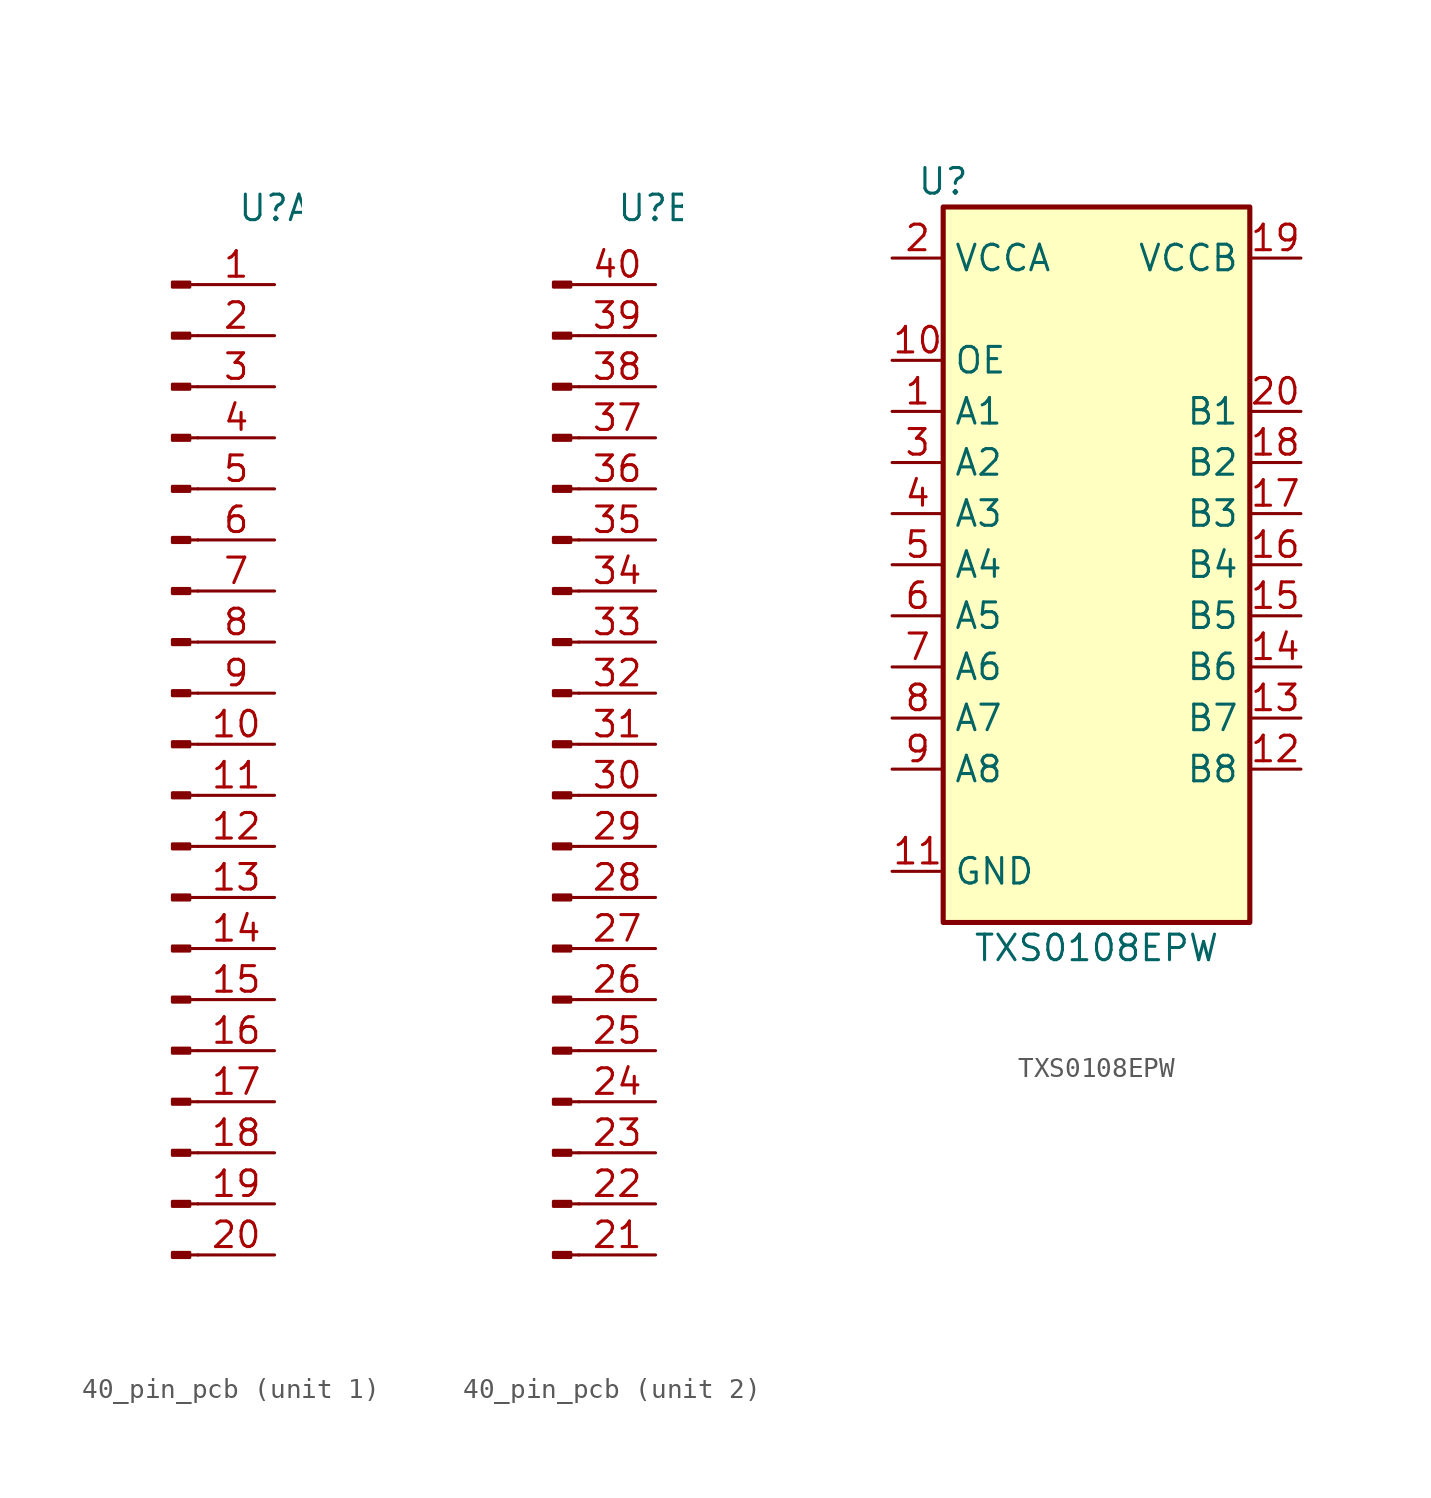
<source format=kicad_sym>
(kicad_symbol_lib
  (version 20220914)
  (generator kicad_symbol_editor)
  (symbol "40_pin_pcb"
    (property "Reference" "U"
      (at 0 3.81 0)
      (effects (font (size 1.27 1.27))))
    (property "Value" ""
      (at 0 0 0)
      (effects (font (size 1.27 1.27))))
    (property "ki_locked" ""
      (at 0 0 0)
      (effects (font (size 1.27 1.27))))
    (symbol "40_pin_pcb_1_1"
      (rectangle (start -4.216 -48.133) (end -5.08 -48.387) (stroke (width 0.152) (type default)) (fill (type outline)))
      (rectangle (start -4.216 -45.593) (end -5.08 -45.847) (stroke (width 0.152) (type default)) (fill (type outline)))
      (rectangle (start -4.216 -43.053) (end -5.08 -43.307) (stroke (width 0.152) (type default)) (fill (type outline)))
      (rectangle (start -4.216 -40.513) (end -5.08 -40.767) (stroke (width 0.152) (type default)) (fill (type outline)))
      (rectangle (start -4.216 -37.973) (end -5.08 -38.227) (stroke (width 0.152) (type default)) (fill (type outline)))
      (rectangle (start -4.216 -35.433) (end -5.08 -35.687) (stroke (width 0.152) (type default)) (fill (type outline)))
      (rectangle (start -4.216 -32.893) (end -5.08 -33.147) (stroke (width 0.152) (type default)) (fill (type outline)))
      (rectangle (start -4.216 -30.353) (end -5.08 -30.607) (stroke (width 0.152) (type default)) (fill (type outline)))
      (rectangle (start -4.216 -27.813) (end -5.08 -28.067) (stroke (width 0.152) (type default)) (fill (type outline)))
      (rectangle (start -4.216 -25.273) (end -5.08 -25.527) (stroke (width 0.152) (type default)) (fill (type outline)))
      (rectangle (start -4.216 -22.733) (end -5.08 -22.987) (stroke (width 0.152) (type default)) (fill (type outline)))
      (rectangle (start -4.216 -20.193) (end -5.08 -20.447) (stroke (width 0.152) (type default)) (fill (type outline)))
      (rectangle (start -4.216 -17.653) (end -5.08 -17.907) (stroke (width 0.152) (type default)) (fill (type outline)))
      (rectangle (start -4.216 -15.113) (end -5.08 -15.367) (stroke (width 0.152) (type default)) (fill (type outline)))
      (rectangle (start -4.216 -12.573) (end -5.08 -12.827) (stroke (width 0.152) (type default)) (fill (type outline)))
      (rectangle (start -4.216 -10.033) (end -5.08 -10.287) (stroke (width 0.152) (type default)) (fill (type outline)))
      (rectangle (start -4.216 -7.493) (end -5.08 -7.747) (stroke (width 0.152) (type default)) (fill (type outline)))
      (rectangle (start -4.216 -4.953) (end -5.08 -5.207) (stroke (width 0.152) (type default)) (fill (type outline)))
      (rectangle (start -4.216 -2.413) (end -5.08 -2.667) (stroke (width 0.152) (type default)) (fill (type outline)))
      (rectangle (start -4.216 0.127) (end -5.08 -0.127) (stroke (width 0.152) (type default)) (fill (type outline)))
      (polyline (pts (xy -3.81 -48.26) (xy -4.216 -48.26)) (stroke (width 0.152) (type default)) (fill (type none)))
      (polyline (pts (xy -3.81 -45.72) (xy -4.216 -45.72)) (stroke (width 0.152) (type default)) (fill (type none)))
      (polyline (pts (xy -3.81 -43.18) (xy -4.216 -43.18)) (stroke (width 0.152) (type default)) (fill (type none)))
      (polyline (pts (xy -3.81 -40.64) (xy -4.216 -40.64)) (stroke (width 0.152) (type default)) (fill (type none)))
      (polyline (pts (xy -3.81 -38.1) (xy -4.216 -38.1)) (stroke (width 0.152) (type default)) (fill (type none)))
      (polyline (pts (xy -3.81 -35.56) (xy -4.216 -35.56)) (stroke (width 0.152) (type default)) (fill (type none)))
      (polyline (pts (xy -3.81 -33.02) (xy -4.216 -33.02)) (stroke (width 0.152) (type default)) (fill (type none)))
      (polyline (pts (xy -3.81 -30.48) (xy -4.216 -30.48)) (stroke (width 0.152) (type default)) (fill (type none)))
      (polyline (pts (xy -3.81 -27.94) (xy -4.216 -27.94)) (stroke (width 0.152) (type default)) (fill (type none)))
      (polyline (pts (xy -3.81 -25.4) (xy -4.216 -25.4)) (stroke (width 0.152) (type default)) (fill (type none)))
      (polyline (pts (xy -3.81 -22.86) (xy -4.216 -22.86)) (stroke (width 0.152) (type default)) (fill (type none)))
      (polyline (pts (xy -3.81 -20.32) (xy -4.216 -20.32)) (stroke (width 0.152) (type default)) (fill (type none)))
      (polyline (pts (xy -3.81 -17.78) (xy -4.216 -17.78)) (stroke (width 0.152) (type default)) (fill (type none)))
      (polyline (pts (xy -3.81 -15.24) (xy -4.216 -15.24)) (stroke (width 0.152) (type default)) (fill (type none)))
      (polyline (pts (xy -3.81 -12.7) (xy -4.216 -12.7)) (stroke (width 0.152) (type default)) (fill (type none)))
      (polyline (pts (xy -3.81 -10.16) (xy -4.216 -10.16)) (stroke (width 0.152) (type default)) (fill (type none)))
      (polyline (pts (xy -3.81 -7.62) (xy -4.216 -7.62)) (stroke (width 0.152) (type default)) (fill (type none)))
      (polyline (pts (xy -3.81 -5.08) (xy -4.216 -5.08)) (stroke (width 0.152) (type default)) (fill (type none)))
      (polyline (pts (xy -3.81 -2.54) (xy -4.216 -2.54)) (stroke (width 0.152) (type default)) (fill (type none)))
      (polyline (pts (xy -3.81 0) (xy -4.216 0)) (stroke (width 0.152) (type default)) (fill (type none)))
      (pin passive line (at 0 0 180) (length 3.81) (name "" (effects (font (size 1.27 1.27)))) (number "1" (effects (font (size 1.27 1.27)))))
      (pin passive line (at 0 -22.86 180) (length 3.81) (name "" (effects (font (size 1.27 1.27)))) (number "10" (effects (font (size 1.27 1.27)))))
      (pin passive line (at 0 -25.4 180) (length 3.81) (name "" (effects (font (size 1.27 1.27)))) (number "11" (effects (font (size 1.27 1.27)))))
      (pin passive line (at 0 -27.94 180) (length 3.81) (name "" (effects (font (size 1.27 1.27)))) (number "12" (effects (font (size 1.27 1.27)))))
      (pin passive line (at 0 -30.48 180) (length 3.81) (name "" (effects (font (size 1.27 1.27)))) (number "13" (effects (font (size 1.27 1.27)))))
      (pin passive line (at 0 -33.02 180) (length 3.81) (name "" (effects (font (size 1.27 1.27)))) (number "14" (effects (font (size 1.27 1.27)))))
      (pin passive line (at 0 -35.56 180) (length 3.81) (name "" (effects (font (size 1.27 1.27)))) (number "15" (effects (font (size 1.27 1.27)))))
      (pin passive line (at 0 -38.1 180) (length 3.81) (name "" (effects (font (size 1.27 1.27)))) (number "16" (effects (font (size 1.27 1.27)))))
      (pin passive line (at 0 -40.64 180) (length 3.81) (name "" (effects (font (size 1.27 1.27)))) (number "17" (effects (font (size 1.27 1.27)))))
      (pin passive line (at 0 -43.18 180) (length 3.81) (name "" (effects (font (size 1.27 1.27)))) (number "18" (effects (font (size 1.27 1.27)))))
      (pin passive line (at 0 -45.72 180) (length 3.81) (name "" (effects (font (size 1.27 1.27)))) (number "19" (effects (font (size 1.27 1.27)))))
      (pin passive line (at 0 -2.54 180) (length 3.81) (name "" (effects (font (size 1.27 1.27)))) (number "2" (effects (font (size 1.27 1.27)))))
      (pin passive line (at 0 -48.26 180) (length 3.81) (name "" (effects (font (size 1.27 1.27)))) (number "20" (effects (font (size 1.27 1.27)))))
      (pin passive line (at 0 -5.08 180) (length 3.81) (name "" (effects (font (size 1.27 1.27)))) (number "3" (effects (font (size 1.27 1.27)))))
      (pin passive line (at 0 -7.62 180) (length 3.81) (name "" (effects (font (size 1.27 1.27)))) (number "4" (effects (font (size 1.27 1.27)))))
      (pin passive line (at 0 -10.16 180) (length 3.81) (name "" (effects (font (size 1.27 1.27)))) (number "5" (effects (font (size 1.27 1.27)))))
      (pin passive line (at 0 -12.7 180) (length 3.81) (name "" (effects (font (size 1.27 1.27)))) (number "6" (effects (font (size 1.27 1.27)))))
      (pin passive line (at 0 -15.24 180) (length 3.81) (name "" (effects (font (size 1.27 1.27)))) (number "7" (effects (font (size 1.27 1.27)))))
      (pin passive line (at 0 -17.78 180) (length 3.81) (name "" (effects (font (size 1.27 1.27)))) (number "8" (effects (font (size 1.27 1.27)))))
      (pin passive line (at 0 -20.32 180) (length 3.81) (name "" (effects (font (size 1.27 1.27)))) (number "9" (effects (font (size 1.27 1.27))))))
    (symbol "40_pin_pcb_2_1"
      (rectangle (start -5.08 -48.133) (end -4.216 -48.387) (stroke (width 0.152) (type default)) (fill (type outline)))
      (rectangle (start -5.08 -45.593) (end -4.216 -45.847) (stroke (width 0.152) (type default)) (fill (type outline)))
      (rectangle (start -5.08 -43.053) (end -4.216 -43.307) (stroke (width 0.152) (type default)) (fill (type outline)))
      (rectangle (start -5.08 -40.513) (end -4.216 -40.767) (stroke (width 0.152) (type default)) (fill (type outline)))
      (rectangle (start -5.08 -37.973) (end -4.216 -38.227) (stroke (width 0.152) (type default)) (fill (type outline)))
      (rectangle (start -5.08 -35.433) (end -4.216 -35.687) (stroke (width 0.152) (type default)) (fill (type outline)))
      (rectangle (start -5.08 -32.893) (end -4.216 -33.147) (stroke (width 0.152) (type default)) (fill (type outline)))
      (rectangle (start -5.08 -30.353) (end -4.216 -30.607) (stroke (width 0.152) (type default)) (fill (type outline)))
      (rectangle (start -5.08 -27.813) (end -4.216 -28.067) (stroke (width 0.152) (type default)) (fill (type outline)))
      (rectangle (start -5.08 -25.273) (end -4.216 -25.527) (stroke (width 0.152) (type default)) (fill (type outline)))
      (rectangle (start -5.08 -22.733) (end -4.216 -22.987) (stroke (width 0.152) (type default)) (fill (type outline)))
      (rectangle (start -5.08 -20.193) (end -4.216 -20.447) (stroke (width 0.152) (type default)) (fill (type outline)))
      (rectangle (start -5.08 -17.653) (end -4.216 -17.907) (stroke (width 0.152) (type default)) (fill (type outline)))
      (rectangle (start -5.08 -15.113) (end -4.216 -15.367) (stroke (width 0.152) (type default)) (fill (type outline)))
      (rectangle (start -5.08 -12.573) (end -4.216 -12.827) (stroke (width 0.152) (type default)) (fill (type outline)))
      (rectangle (start -5.08 -10.033) (end -4.216 -10.287) (stroke (width 0.152) (type default)) (fill (type outline)))
      (rectangle (start -5.08 -7.493) (end -4.216 -7.747) (stroke (width 0.152) (type default)) (fill (type outline)))
      (rectangle (start -5.08 -4.953) (end -4.216 -5.207) (stroke (width 0.152) (type default)) (fill (type outline)))
      (rectangle (start -5.08 -2.413) (end -4.216 -2.667) (stroke (width 0.152) (type default)) (fill (type outline)))
      (rectangle (start -5.08 0.127) (end -4.216 -0.127) (stroke (width 0.152) (type default)) (fill (type outline)))
      (polyline (pts (xy -3.81 -48.26) (xy -4.216 -48.26)) (stroke (width 0.152) (type default)) (fill (type none)))
      (polyline (pts (xy -3.81 -45.72) (xy -4.216 -45.72)) (stroke (width 0.152) (type default)) (fill (type none)))
      (polyline (pts (xy -3.81 -43.18) (xy -4.216 -43.18)) (stroke (width 0.152) (type default)) (fill (type none)))
      (polyline (pts (xy -3.81 -40.64) (xy -4.216 -40.64)) (stroke (width 0.152) (type default)) (fill (type none)))
      (polyline (pts (xy -3.81 -38.1) (xy -4.216 -38.1)) (stroke (width 0.152) (type default)) (fill (type none)))
      (polyline (pts (xy -3.81 -35.56) (xy -4.216 -35.56)) (stroke (width 0.152) (type default)) (fill (type none)))
      (polyline (pts (xy -3.81 -33.02) (xy -4.216 -33.02)) (stroke (width 0.152) (type default)) (fill (type none)))
      (polyline (pts (xy -3.81 -30.48) (xy -4.216 -30.48)) (stroke (width 0.152) (type default)) (fill (type none)))
      (polyline (pts (xy -3.81 -27.94) (xy -4.216 -27.94)) (stroke (width 0.152) (type default)) (fill (type none)))
      (polyline (pts (xy -3.81 -25.4) (xy -4.216 -25.4)) (stroke (width 0.152) (type default)) (fill (type none)))
      (polyline (pts (xy -3.81 -22.86) (xy -4.216 -22.86)) (stroke (width 0.152) (type default)) (fill (type none)))
      (polyline (pts (xy -3.81 -20.32) (xy -4.216 -20.32)) (stroke (width 0.152) (type default)) (fill (type none)))
      (polyline (pts (xy -3.81 -17.78) (xy -4.216 -17.78)) (stroke (width 0.152) (type default)) (fill (type none)))
      (polyline (pts (xy -3.81 -15.24) (xy -4.216 -15.24)) (stroke (width 0.152) (type default)) (fill (type none)))
      (polyline (pts (xy -3.81 -12.7) (xy -4.216 -12.7)) (stroke (width 0.152) (type default)) (fill (type none)))
      (polyline (pts (xy -3.81 -10.16) (xy -4.216 -10.16)) (stroke (width 0.152) (type default)) (fill (type none)))
      (polyline (pts (xy -3.81 -7.62) (xy -4.216 -7.62)) (stroke (width 0.152) (type default)) (fill (type none)))
      (polyline (pts (xy -3.81 -5.08) (xy -4.216 -5.08)) (stroke (width 0.152) (type default)) (fill (type none)))
      (polyline (pts (xy -3.81 -2.54) (xy -4.216 -2.54)) (stroke (width 0.152) (type default)) (fill (type none)))
      (polyline (pts (xy -3.81 0) (xy -4.216 0)) (stroke (width 0.152) (type default)) (fill (type none)))
      (pin passive line (at 0 -48.26 180) (length 3.81) (name "" (effects (font (size 1.27 1.27)))) (number "21" (effects (font (size 1.27 1.27)))))
      (pin passive line (at 0 -45.72 180) (length 3.81) (name "" (effects (font (size 1.27 1.27)))) (number "22" (effects (font (size 1.27 1.27)))))
      (pin passive line (at 0 -43.18 180) (length 3.81) (name "" (effects (font (size 1.27 1.27)))) (number "23" (effects (font (size 1.27 1.27)))))
      (pin passive line (at 0 -40.64 180) (length 3.81) (name "" (effects (font (size 1.27 1.27)))) (number "24" (effects (font (size 1.27 1.27)))))
      (pin passive line (at 0 -38.1 180) (length 3.81) (name "" (effects (font (size 1.27 1.27)))) (number "25" (effects (font (size 1.27 1.27)))))
      (pin passive line (at 0 -35.56 180) (length 3.81) (name "" (effects (font (size 1.27 1.27)))) (number "26" (effects (font (size 1.27 1.27)))))
      (pin passive line (at 0 -33.02 180) (length 3.81) (name "" (effects (font (size 1.27 1.27)))) (number "27" (effects (font (size 1.27 1.27)))))
      (pin passive line (at 0 -30.48 180) (length 3.81) (name "" (effects (font (size 1.27 1.27)))) (number "28" (effects (font (size 1.27 1.27)))))
      (pin passive line (at 0 -27.94 180) (length 3.81) (name "" (effects (font (size 1.27 1.27)))) (number "29" (effects (font (size 1.27 1.27)))))
      (pin passive line (at 0 -25.4 180) (length 3.81) (name "" (effects (font (size 1.27 1.27)))) (number "30" (effects (font (size 1.27 1.27)))))
      (pin passive line (at 0 -22.86 180) (length 3.81) (name "" (effects (font (size 1.27 1.27)))) (number "31" (effects (font (size 1.27 1.27)))))
      (pin passive line (at 0 -20.32 180) (length 3.81) (name "" (effects (font (size 1.27 1.27)))) (number "32" (effects (font (size 1.27 1.27)))))
      (pin passive line (at 0 -17.78 180) (length 3.81) (name "" (effects (font (size 1.27 1.27)))) (number "33" (effects (font (size 1.27 1.27)))))
      (pin passive line (at 0 -15.24 180) (length 3.81) (name "" (effects (font (size 1.27 1.27)))) (number "34" (effects (font (size 1.27 1.27)))))
      (pin passive line (at 0 -12.7 180) (length 3.81) (name "" (effects (font (size 1.27 1.27)))) (number "35" (effects (font (size 1.27 1.27)))))
      (pin passive line (at 0 -10.16 180) (length 3.81) (name "" (effects (font (size 1.27 1.27)))) (number "36" (effects (font (size 1.27 1.27)))))
      (pin passive line (at 0 -7.62 180) (length 3.81) (name "" (effects (font (size 1.27 1.27)))) (number "37" (effects (font (size 1.27 1.27)))))
      (pin passive line (at 0 -5.08 180) (length 3.81) (name "" (effects (font (size 1.27 1.27)))) (number "38" (effects (font (size 1.27 1.27)))))
      (pin passive line (at 0 -2.54 180) (length 3.81) (name "" (effects (font (size 1.27 1.27)))) (number "39" (effects (font (size 1.27 1.27)))))
      (pin passive line (at 0 0 180) (length 3.81) (name "" (effects (font (size 1.27 1.27)))) (number "40" (effects (font (size 1.27 1.27)))))))
  (symbol "TXS0108EPW"
    (property "Reference" "U"
      (at 0 1.27 0)
      (effects (font (size 1.27 1.27))))
    (property "Value" "TXS0108EPW"
      (at 7.62 -36.83 0)
      (effects (font (size 1.27 1.27))))
    (symbol "TXS0108EPW_0_1"
      (rectangle (start 0 0) (end 15.24 -35.56) (stroke (width 0.254) (type default)) (fill (type background))))
    (symbol "TXS0108EPW_1_1"
      (pin bidirectional line (at -2.54 -10.16 0) (length 2.54) (name "A1" (effects (font (size 1.27 1.27)))) (number "1" (effects (font (size 1.27 1.27)))))
      (pin input line (at -2.54 -7.62 0) (length 2.54) (name "OE" (effects (font (size 1.27 1.27)))) (number "10" (effects (font (size 1.27 1.27)))))
      (pin power_in line (at -2.54 -33.02 0) (length 2.54) (name "GND" (effects (font (size 1.27 1.27)))) (number "11" (effects (font (size 1.27 1.27)))))
      (pin bidirectional line (at 17.78 -27.94 180) (length 2.54) (name "B8" (effects (font (size 1.27 1.27)))) (number "12" (effects (font (size 1.27 1.27)))))
      (pin bidirectional line (at 17.78 -25.4 180) (length 2.54) (name "B7" (effects (font (size 1.27 1.27)))) (number "13" (effects (font (size 1.27 1.27)))))
      (pin bidirectional line (at 17.78 -22.86 180) (length 2.54) (name "B6" (effects (font (size 1.27 1.27)))) (number "14" (effects (font (size 1.27 1.27)))))
      (pin bidirectional line (at 17.78 -20.32 180) (length 2.54) (name "B5" (effects (font (size 1.27 1.27)))) (number "15" (effects (font (size 1.27 1.27)))))
      (pin bidirectional line (at 17.78 -17.78 180) (length 2.54) (name "B4" (effects (font (size 1.27 1.27)))) (number "16" (effects (font (size 1.27 1.27)))))
      (pin bidirectional line (at 17.78 -15.24 180) (length 2.54) (name "B3" (effects (font (size 1.27 1.27)))) (number "17" (effects (font (size 1.27 1.27)))))
      (pin bidirectional line (at 17.78 -12.7 180) (length 2.54) (name "B2" (effects (font (size 1.27 1.27)))) (number "18" (effects (font (size 1.27 1.27)))))
      (pin power_in line (at 17.78 -2.54 180) (length 2.54) (name "VCCB" (effects (font (size 1.27 1.27)))) (number "19" (effects (font (size 1.27 1.27)))))
      (pin power_in line (at -2.54 -2.54 0) (length 2.54) (name "VCCA" (effects (font (size 1.27 1.27)))) (number "2" (effects (font (size 1.27 1.27)))))
      (pin bidirectional line (at 17.78 -10.16 180) (length 2.54) (name "B1" (effects (font (size 1.27 1.27)))) (number "20" (effects (font (size 1.27 1.27)))))
      (pin bidirectional line (at -2.54 -12.7 0) (length 2.54) (name "A2" (effects (font (size 1.27 1.27)))) (number "3" (effects (font (size 1.27 1.27)))))
      (pin bidirectional line (at -2.54 -15.24 0) (length 2.54) (name "A3" (effects (font (size 1.27 1.27)))) (number "4" (effects (font (size 1.27 1.27)))))
      (pin bidirectional line (at -2.54 -17.78 0) (length 2.54) (name "A4" (effects (font (size 1.27 1.27)))) (number "5" (effects (font (size 1.27 1.27)))))
      (pin bidirectional line (at -2.54 -20.32 0) (length 2.54) (name "A5" (effects (font (size 1.27 1.27)))) (number "6" (effects (font (size 1.27 1.27)))))
      (pin bidirectional line (at -2.54 -22.86 0) (length 2.54) (name "A6" (effects (font (size 1.27 1.27)))) (number "7" (effects (font (size 1.27 1.27)))))
      (pin bidirectional line (at -2.54 -25.4 0) (length 2.54) (name "A7" (effects (font (size 1.27 1.27)))) (number "8" (effects (font (size 1.27 1.27)))))
      (pin bidirectional line (at -2.54 -27.94 0) (length 2.54) (name "A8" (effects (font (size 1.27 1.27)))) (number "9" (effects (font (size 1.27 1.27))))))))
</source>
